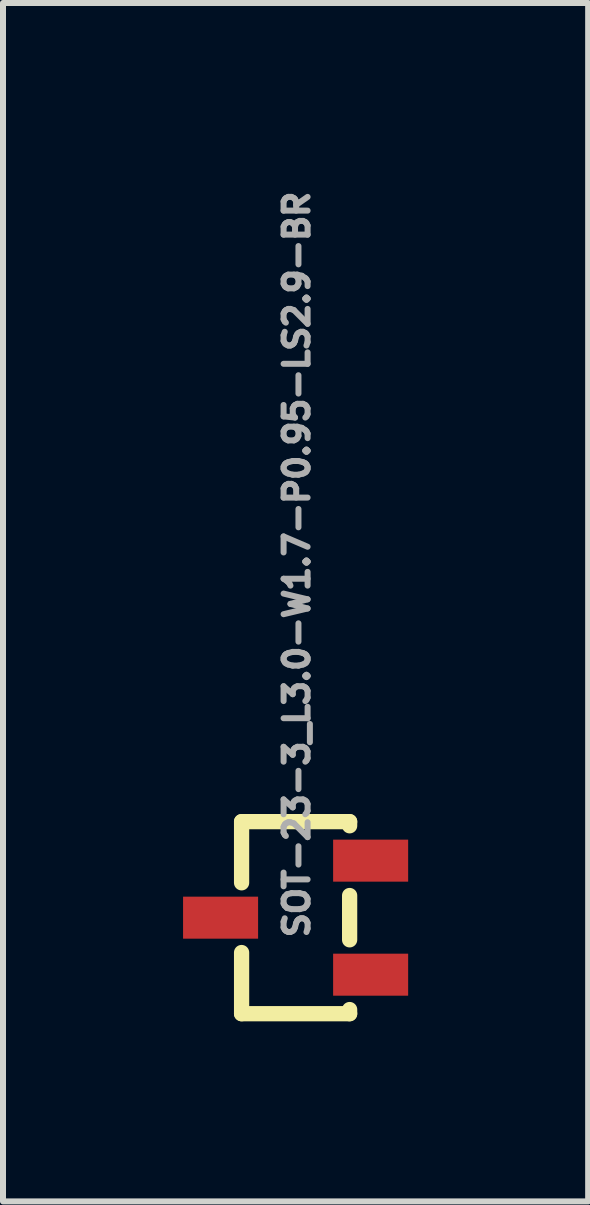
<source format=kicad_pcb>
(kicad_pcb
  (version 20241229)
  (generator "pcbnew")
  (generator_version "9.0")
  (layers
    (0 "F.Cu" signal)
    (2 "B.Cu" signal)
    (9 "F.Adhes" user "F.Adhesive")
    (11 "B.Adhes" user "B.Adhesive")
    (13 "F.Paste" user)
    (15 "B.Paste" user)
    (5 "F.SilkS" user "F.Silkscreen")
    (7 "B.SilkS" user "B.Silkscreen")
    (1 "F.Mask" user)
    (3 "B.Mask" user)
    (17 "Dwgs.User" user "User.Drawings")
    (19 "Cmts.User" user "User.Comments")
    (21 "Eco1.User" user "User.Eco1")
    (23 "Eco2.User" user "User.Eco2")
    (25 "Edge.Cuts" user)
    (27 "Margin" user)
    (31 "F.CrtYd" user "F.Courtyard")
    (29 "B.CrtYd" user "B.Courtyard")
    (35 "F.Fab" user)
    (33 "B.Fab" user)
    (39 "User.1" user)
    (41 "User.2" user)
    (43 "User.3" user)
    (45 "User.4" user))
  (footprint "SOT-23-3_L3.0-W1.7-P0.95-LS2.9-BR"
    (layer "F.Cu")
    (at 1.875 12.239)
    (property "Reference" "SOT-23-3_L3.0-W1.7-P0.95-LS2.9-BR" (at 0.254 0.381 90) (unlocked yes) (layer "F.Fab") (effects (font (size 0.4 0.4) (thickness 0.1)) (justify left bottom)))
    (fp_line (start -0.9 -1.6) (end 0.9 -1.6) (stroke (width 0.254) (type default)) (layer "F.SilkS"))
    (fp_line (start -0.9 -0.581) (end -0.9 -1.6) (stroke (width 0.254) (type default)) (layer "F.SilkS"))
    (fp_line (start -0.9 1.6) (end -0.9 0.581) (stroke (width 0.254) (type default)) (layer "F.SilkS"))
    (fp_line (start -0.9 1.6) (end 0.9 1.6) (stroke (width 0.254) (type default)) (layer "F.SilkS"))
    (fp_line (start 0.9 -1.531) (end 0.9 -1.6) (stroke (width 0.254) (type default)) (layer "F.SilkS"))
    (fp_line (start 0.9 0.369) (end 0.9 -0.369) (stroke (width 0.254) (type default)) (layer "F.SilkS"))
    (fp_line (start 0.9 1.6) (end 0.9 1.531) (stroke (width 0.254) (type default)) (layer "F.SilkS"))
    (pad "1" smd rect (at 1.25 0.95 270) (size 0.7 1.25) (layers "F.Cu" "F.Mask" "F.Paste"))
    (pad "2" smd rect (at 1.25 -0.95 270) (size 0.7 1.25) (layers "F.Cu" "F.Mask" "F.Paste"))
    (pad "3" smd rect (at -1.25 0 270) (size 0.7 1.25) (layers "F.Cu" "F.Mask" "F.Paste")))
  (gr_rect
    (start -3 -3)
    (end 6.749 16.966)
    (stroke (width 0.1) (type default))
    (fill no)
    (layer "Edge.Cuts")))
</source>
